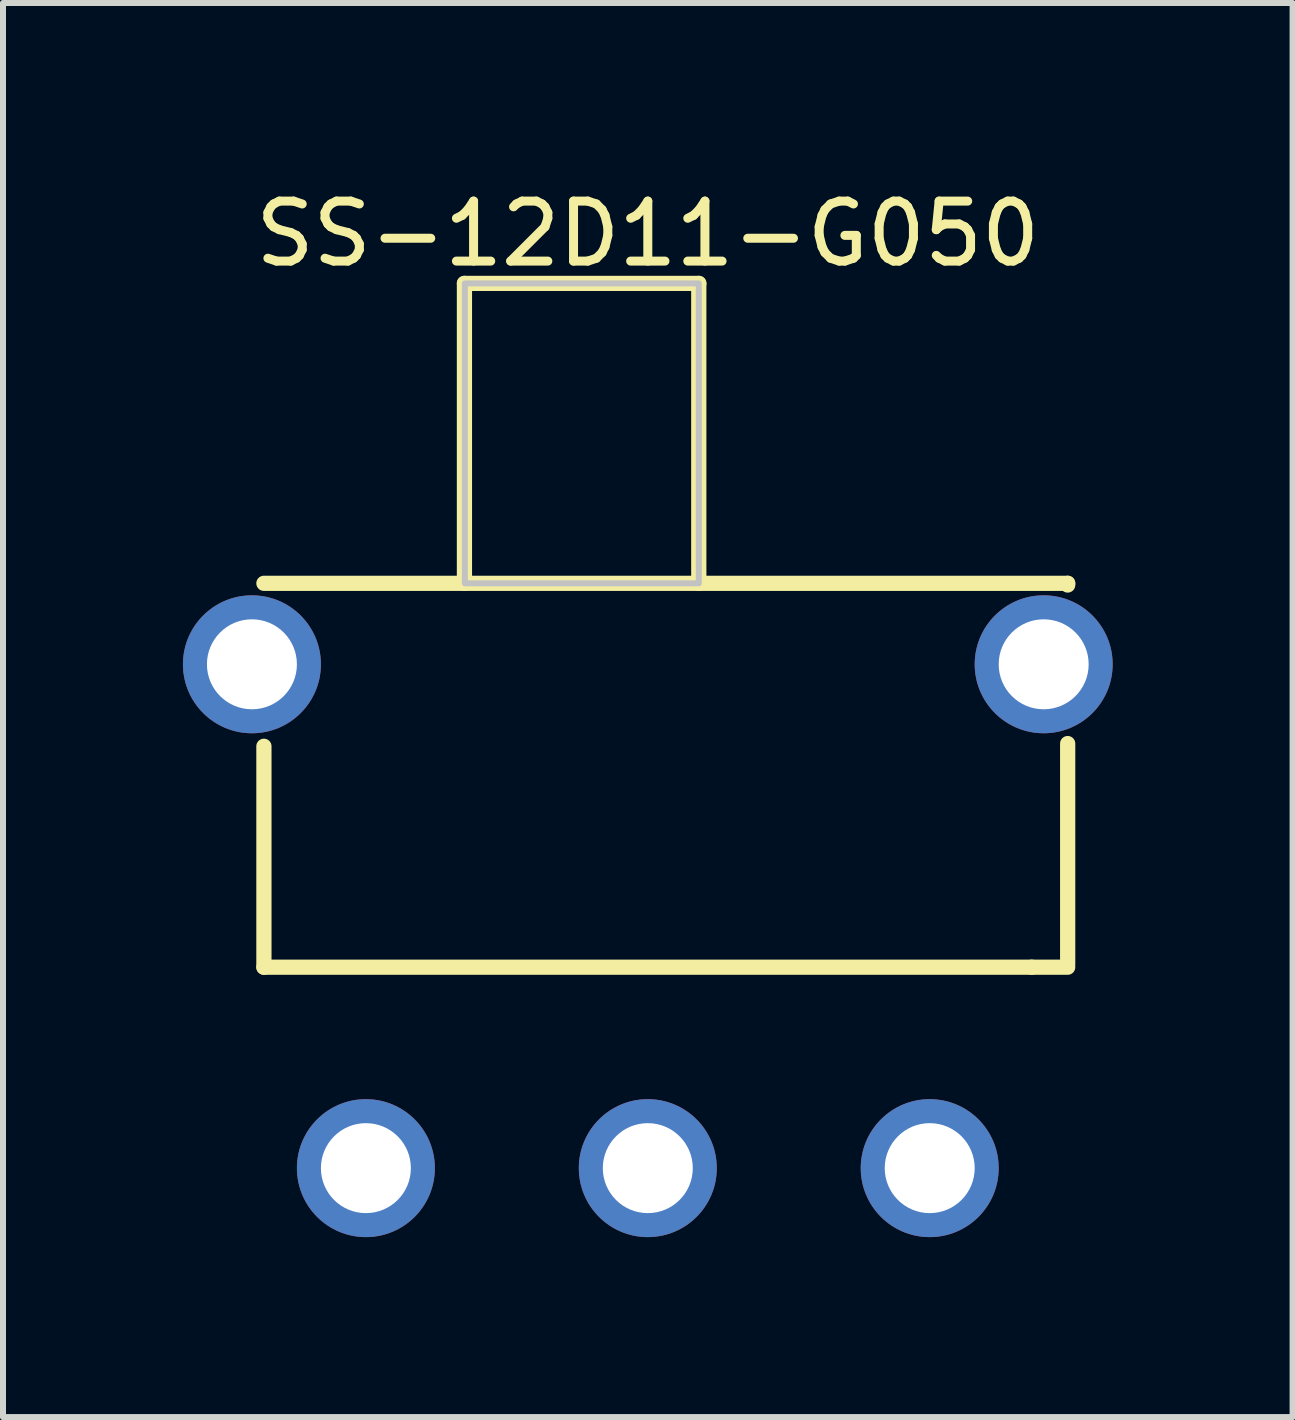
<source format=kicad_pcb>
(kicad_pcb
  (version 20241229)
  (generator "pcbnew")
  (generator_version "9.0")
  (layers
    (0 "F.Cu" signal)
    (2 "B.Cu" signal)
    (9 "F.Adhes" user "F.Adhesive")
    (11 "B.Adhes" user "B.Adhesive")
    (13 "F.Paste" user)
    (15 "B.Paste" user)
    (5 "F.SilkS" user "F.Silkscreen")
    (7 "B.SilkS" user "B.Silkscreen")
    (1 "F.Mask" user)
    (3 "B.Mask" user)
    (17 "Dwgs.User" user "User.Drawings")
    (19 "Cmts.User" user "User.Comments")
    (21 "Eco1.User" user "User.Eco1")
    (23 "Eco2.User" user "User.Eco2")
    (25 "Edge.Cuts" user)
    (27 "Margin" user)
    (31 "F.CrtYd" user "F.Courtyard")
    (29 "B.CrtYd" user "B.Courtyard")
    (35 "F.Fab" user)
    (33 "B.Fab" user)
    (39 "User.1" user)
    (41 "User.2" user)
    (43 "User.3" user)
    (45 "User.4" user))
  (footprint "SS-12D11-G050"
    (layer "F.Cu")
    (at 7.75 12.225)
    (property "Reference" "SS-12D11-G050" (at 0 -11.377 0) (layer "F.SilkS") (effects (font (size 1 1) (thickness 0.15))))
    (fp_line (start -6.4 -5.55) (end 7 -5.55) (stroke (width 0.254) (type default)) (layer "F.SilkS"))
    (fp_line (start -6.4 0.85) (end -6.4 -2.833) (stroke (width 0.254) (type default)) (layer "F.SilkS"))
    (fp_line (start -3.057 -10.55) (end 0.85 -10.55) (stroke (width 0.254) (type default)) (layer "F.SilkS"))
    (fp_line (start -3.057 -5.55) (end -3.057 -10.55) (stroke (width 0.254) (type default)) (layer "F.SilkS"))
    (fp_line (start 0.85 -10.55) (end 0.85 -5.55) (stroke (width 0.254) (type default)) (layer "F.SilkS"))
    (fp_line (start 6.4 0.85) (end -6.4 0.85) (stroke (width 0.254) (type default)) (layer "F.SilkS"))
    (fp_line (start 6.4 0.85) (end 7 0.85) (stroke (width 0.254) (type default)) (layer "F.SilkS"))
    (fp_line (start 7 -5.55) (end 7 -5.522) (stroke (width 0.254) (type default)) (layer "F.SilkS"))
    (fp_line (start 7 -2.878) (end 7 0.8) (stroke (width 0.254) (type default)) (layer "F.SilkS"))
    (fp_poly (pts (xy -3.05 -10.55) (xy -3.05 -5.55) (xy 0.85 -5.55) (xy 0.85 -10.55)) (stroke (width 0.1) (type default)) (fill no) (layer "Dwgs.User"))
    (fp_poly (pts (xy -6.95 -4.8) (xy -6.25 -4.8) (xy -6.25 -3.6) (xy -6.95 -3.6)) (stroke (width 0.1) (type default)) (fill no) (layer "User.1"))
    (fp_poly (pts (xy -5.05 3.55) (xy -4.35 3.55) (xy -4.35 4.85) (xy -5.05 4.85)) (stroke (width 0.1) (type default)) (fill no) (layer "User.1"))
    (fp_poly (pts (xy -5.05 3.75) (xy -4.35 3.75) (xy -4.35 0.8) (xy -5.05 0.8)) (stroke (width 0.1) (type default)) (fill no) (layer "User.1"))
    (fp_poly (pts (xy -0.35 3.55) (xy 0.35 3.55) (xy 0.35 4.85) (xy -0.35 4.85)) (stroke (width 0.1) (type default)) (fill no) (layer "User.1"))
    (fp_poly (pts (xy -0.35 3.75) (xy 0.35 3.75) (xy 0.35 0.8) (xy -0.35 0.8)) (stroke (width 0.1) (type default)) (fill no) (layer "User.1"))
    (fp_poly (pts (xy 4.35 3.55) (xy 5.05 3.55) (xy 5.05 4.85) (xy 4.35 4.85)) (stroke (width 0.1) (type default)) (fill no) (layer "User.1"))
    (fp_poly (pts (xy 4.35 3.75) (xy 5.05 3.75) (xy 5.05 0.8) (xy 4.35 0.8)) (stroke (width 0.1) (type default)) (fill no) (layer "User.1"))
    (fp_poly (pts (xy 6.25 -4.8) (xy 6.95 -4.8) (xy 6.95 -3.6) (xy 6.25 -3.6)) (stroke (width 0.1) (type default)) (fill no) (layer "User.1"))
    (fp_line (start -6.4 -5.55) (end -6.4 0.85) (stroke (width 0.051) (type default)) (layer "User.2"))
    (fp_line (start -6.4 0.85) (end 7 0.85) (stroke (width 0.051) (type default)) (layer "User.2"))
    (fp_line (start -3.05 -10.55) (end -3.05 -5.55) (stroke (width 0.051) (type default)) (layer "User.2"))
    (fp_line (start -3.05 -5.55) (end -6.4 -5.55) (stroke (width 0.051) (type default)) (layer "User.2"))
    (fp_line (start 0.85 -10.55) (end -3.05 -10.55) (stroke (width 0.051) (type default)) (layer "User.2"))
    (fp_line (start 0.85 -5.55) (end 0.85 -10.55) (stroke (width 0.051) (type default)) (layer "User.2"))
    (fp_line (start 7 -5.55) (end 0.85 -5.55) (stroke (width 0.051) (type default)) (layer "User.2"))
    (fp_line (start 7 0.85) (end 7 -5.55) (stroke (width 0.051) (type default)) (layer "User.2"))
    (fp_poly (pts (xy -6.895 4.827) (xy -6.927 4.795) (xy -6.973 4.795) (xy -7.005 4.827) (xy -7.005 4.873) (xy -6.973 4.905) (xy -6.927 4.905) (xy -6.895 4.873)) (stroke (width 0.1) (type default)) (fill no) (layer "User.3"))
    (pad "1" thru_hole circle (at -4.7 4.2) (size 2.3 2.3) (drill 1.5) (layers "*.Cu" "*.Mask"))
    (pad "2" thru_hole circle (at 0 4.2) (size 2.3 2.3) (drill 1.5) (layers "*.Cu" "*.Mask"))
    (pad "3" thru_hole circle (at 4.7 4.2) (size 2.3 2.3) (drill 1.5) (layers "*.Cu" "*.Mask"))
    (pad "4" thru_hole circle (at 6.6 -4.2) (size 2.3 2.3) (drill 1.5) (layers "*.Cu" "*.Mask"))
    (pad "5" thru_hole circle (at -6.6 -4.2) (size 2.3 2.3) (drill 1.5) (layers "*.Cu" "*.Mask")))
  (gr_rect
    (start -3 -3)
    (end 18.5 20.575)
    (stroke (width 0.1) (type default))
    (fill no)
    (layer "Edge.Cuts")))
</source>
